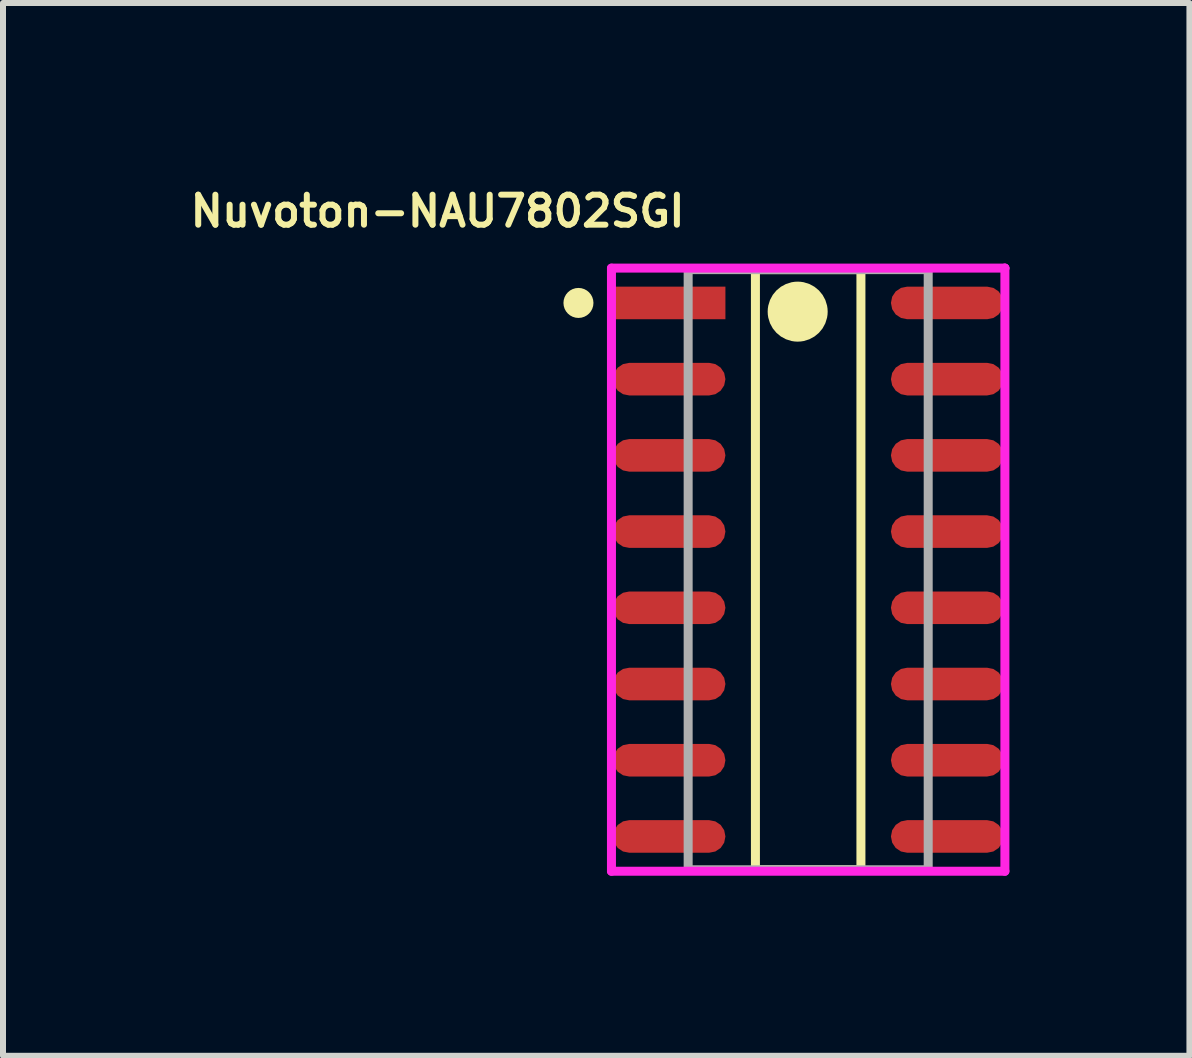
<source format=kicad_pcb>
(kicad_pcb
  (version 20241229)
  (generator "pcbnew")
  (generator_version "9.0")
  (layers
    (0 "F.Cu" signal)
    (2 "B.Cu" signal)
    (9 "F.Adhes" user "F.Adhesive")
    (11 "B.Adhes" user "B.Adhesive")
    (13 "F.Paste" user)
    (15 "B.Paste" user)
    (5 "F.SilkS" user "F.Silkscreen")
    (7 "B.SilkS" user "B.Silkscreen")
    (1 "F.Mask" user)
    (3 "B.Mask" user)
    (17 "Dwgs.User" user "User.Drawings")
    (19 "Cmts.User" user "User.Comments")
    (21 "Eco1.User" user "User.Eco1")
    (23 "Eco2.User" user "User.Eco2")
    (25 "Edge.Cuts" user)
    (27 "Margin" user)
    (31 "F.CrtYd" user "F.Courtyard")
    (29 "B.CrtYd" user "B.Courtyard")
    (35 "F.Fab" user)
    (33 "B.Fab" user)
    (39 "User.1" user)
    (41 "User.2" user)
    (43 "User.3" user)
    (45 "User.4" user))
  (footprint "Nuvoton-NAU7802SGI"
    (layer "F.Cu")
    (at 10.417 6.443)
    (property "Reference" "Nuvoton-NAU7802SGI" (at -2.003 -5.975 180) (layer "F.SilkS") (effects (font (size 0.5 0.5) (thickness 0.1)) (justify right)))
    (attr through_hole)
    (fp_line (start -0.879 -5) (end 0.879 -5) (stroke (width 0.15) (type solid)) (layer "F.SilkS"))
    (fp_line (start -0.879 5) (end -0.879 -5) (stroke (width 0.15) (type solid)) (layer "F.SilkS"))
    (fp_line (start 0.879 -5) (end 0.879 5) (stroke (width 0.15) (type solid)) (layer "F.SilkS"))
    (fp_line (start 0.879 5) (end -0.879 5) (stroke (width 0.15) (type solid)) (layer "F.SilkS"))
    (fp_circle (center -3.828 -4.445) (end -3.703 -4.445) (stroke (width 0.25) (type solid)) (fill no) (layer "F.SilkS"))
    (fp_circle (center -0.175 -4.3) (end 0.075 -4.3) (stroke (width 0.5) (type solid)) (fill no) (layer "F.SilkS"))
    (fp_line (start -3.278 -5.025) (end -3.278 5.025) (stroke (width 0.15) (type solid)) (layer "F.CrtYd"))
    (fp_line (start -3.278 5.025) (end 3.278 5.025) (stroke (width 0.15) (type solid)) (layer "F.CrtYd"))
    (fp_line (start 3.278 -5.025) (end -3.278 -5.025) (stroke (width 0.15) (type solid)) (layer "F.CrtYd"))
    (fp_line (start 3.278 -5.025) (end 3.278 -5.025) (stroke (width 0.15) (type solid)) (layer "F.CrtYd"))
    (fp_line (start 3.278 5.025) (end 3.278 -5.025) (stroke (width 0.15) (type solid)) (layer "F.CrtYd"))
    (fp_line (start -2 -5) (end 2 -5) (stroke (width 0.15) (type solid)) (layer "F.Fab"))
    (fp_line (start -2 5) (end -2 -5) (stroke (width 0.15) (type solid)) (layer "F.Fab"))
    (fp_line (start 2 -5) (end 2 5) (stroke (width 0.15) (type solid)) (layer "F.Fab"))
    (fp_line (start 2 5) (end -2 5) (stroke (width 0.15) (type solid)) (layer "F.Fab"))
    (pad "1" smd rect (at -2.316 -4.445) (size 1.874 0.543) (layers "F.Cu" "F.Mask" "F.Paste"))
    (pad "2" smd roundrect (at -2.316 -3.175) (size 1.874 0.543) (layers "F.Cu" "F.Mask" "F.Paste") (roundrect_rratio 0.5))
    (pad "3" smd roundrect (at -2.316 -1.905) (size 1.874 0.543) (layers "F.Cu" "F.Mask" "F.Paste") (roundrect_rratio 0.5))
    (pad "4" smd roundrect (at -2.316 -0.635) (size 1.874 0.543) (layers "F.Cu" "F.Mask" "F.Paste") (roundrect_rratio 0.5))
    (pad "5" smd roundrect (at -2.316 0.635) (size 1.874 0.543) (layers "F.Cu" "F.Mask" "F.Paste") (roundrect_rratio 0.5))
    (pad "6" smd roundrect (at -2.316 1.905) (size 1.874 0.543) (layers "F.Cu" "F.Mask" "F.Paste") (roundrect_rratio 0.5))
    (pad "7" smd roundrect (at -2.316 3.175) (size 1.874 0.543) (layers "F.Cu" "F.Mask" "F.Paste") (roundrect_rratio 0.5))
    (pad "8" smd roundrect (at -2.316 4.445) (size 1.874 0.543) (layers "F.Cu" "F.Mask" "F.Paste") (roundrect_rratio 0.5))
    (pad "9" smd roundrect (at 2.316 4.445) (size 1.874 0.543) (layers "F.Cu" "F.Mask" "F.Paste") (roundrect_rratio 0.5))
    (pad "10" smd roundrect (at 2.316 3.175) (size 1.874 0.543) (layers "F.Cu" "F.Mask" "F.Paste") (roundrect_rratio 0.5))
    (pad "11" smd roundrect (at 2.316 1.905) (size 1.874 0.543) (layers "F.Cu" "F.Mask" "F.Paste") (roundrect_rratio 0.5))
    (pad "12" smd roundrect (at 2.316 0.635) (size 1.874 0.543) (layers "F.Cu" "F.Mask" "F.Paste") (roundrect_rratio 0.5))
    (pad "13" smd roundrect (at 2.316 -0.635) (size 1.874 0.543) (layers "F.Cu" "F.Mask" "F.Paste") (roundrect_rratio 0.5))
    (pad "14" smd roundrect (at 2.316 -1.905) (size 1.874 0.543) (layers "F.Cu" "F.Mask" "F.Paste") (roundrect_rratio 0.5))
    (pad "15" smd roundrect (at 2.316 -3.175) (size 1.874 0.543) (layers "F.Cu" "F.Mask" "F.Paste") (roundrect_rratio 0.5))
    (pad "16" smd roundrect (at 2.316 -4.445) (size 1.874 0.543) (layers "F.Cu" "F.Mask" "F.Paste") (roundrect_rratio 0.5)))
  (gr_rect
    (start -3 -3)
    (end 16.77 14.543)
    (stroke (width 0.1) (type default))
    (fill no)
    (layer "Edge.Cuts")))
</source>
